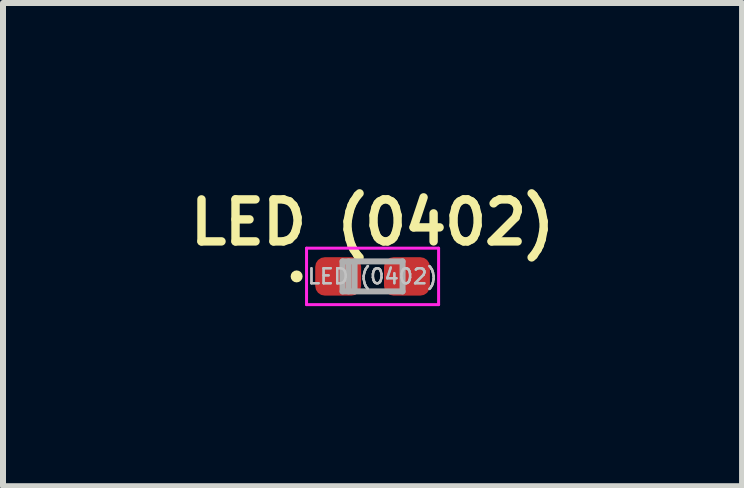
<source format=kicad_pcb>
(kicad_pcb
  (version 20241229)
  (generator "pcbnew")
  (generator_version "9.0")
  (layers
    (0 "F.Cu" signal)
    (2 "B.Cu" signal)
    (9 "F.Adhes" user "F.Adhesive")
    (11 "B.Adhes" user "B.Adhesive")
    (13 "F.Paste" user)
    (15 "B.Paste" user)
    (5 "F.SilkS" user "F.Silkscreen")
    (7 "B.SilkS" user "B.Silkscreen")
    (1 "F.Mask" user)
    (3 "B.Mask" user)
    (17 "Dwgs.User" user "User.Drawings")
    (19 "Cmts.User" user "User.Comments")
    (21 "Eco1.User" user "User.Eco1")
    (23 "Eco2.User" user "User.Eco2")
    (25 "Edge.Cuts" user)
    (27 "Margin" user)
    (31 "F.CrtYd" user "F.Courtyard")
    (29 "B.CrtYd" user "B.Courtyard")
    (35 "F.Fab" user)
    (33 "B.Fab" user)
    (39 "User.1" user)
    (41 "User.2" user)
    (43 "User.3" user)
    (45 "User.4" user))
  (footprint "LED (0402)"
    (layer "F.Cu")
    (at 3.157 1.555)
    (property "Reference" "LED (0402)" (at 0 -0.9 0) (layer "F.SilkS") (effects (font (size 0.7 0.7) (thickness 0.14) (bold yes))))
    (property "Value" "LED (0402)" (at 0 1.17 0) (layer "F.Fab") (hide yes) (effects (font (size 1 1) (thickness 0.15))))
    (attr smd)
    (fp_circle (center -1.265 0) (end -1.215 0) (stroke (width 0.1) (type solid)) (fill no) (layer "F.SilkS"))
    (fp_line (start -1.1 -0.47) (end 1.1 -0.47) (stroke (width 0.05) (type solid)) (layer "F.CrtYd"))
    (fp_line (start -1.1 0.47) (end -1.1 -0.47) (stroke (width 0.05) (type solid)) (layer "F.CrtYd"))
    (fp_line (start 1.1 -0.47) (end 1.1 0.47) (stroke (width 0.05) (type solid)) (layer "F.CrtYd"))
    (fp_line (start 1.1 0.47) (end -1.1 0.47) (stroke (width 0.05) (type solid)) (layer "F.CrtYd"))
    (fp_line (start -0.5 -0.25) (end 0.5 -0.25) (stroke (width 0.1) (type solid)) (layer "F.Fab"))
    (fp_line (start -0.5 0.25) (end -0.5 -0.25) (stroke (width 0.1) (type solid)) (layer "F.Fab"))
    (fp_line (start -0.4 0.25) (end -0.4 -0.25) (stroke (width 0.1) (type solid)) (layer "F.Fab"))
    (fp_line (start -0.3 0.25) (end -0.3 -0.25) (stroke (width 0.1) (type solid)) (layer "F.Fab"))
    (fp_line (start 0.5 -0.25) (end 0.5 0.25) (stroke (width 0.1) (type solid)) (layer "F.Fab"))
    (fp_line (start 0.5 0.25) (end -0.5 0.25) (stroke (width 0.1) (type solid)) (layer "F.Fab"))
    (fp_text user "${VALUE}" (at 0 0 0) (layer "Dwgs.User") (effects (font (size 0.25 0.25) (thickness 0.04))))
    (fp_text user "${REFERENCE}" (at 0 0 0) (layer "F.Fab") (effects (font (size 0.25 0.25) (thickness 0.04))))
    (pad "1" smd roundrect (at -0.573 0) (size 0.765 0.64) (layers "F.Cu" "F.Mask" "F.Paste") (roundrect_rratio 0.25))
    (pad "2" smd roundrect (at 0.573 0) (size 0.765 0.64) (layers "F.Cu" "F.Mask" "F.Paste") (roundrect_rratio 0.25)))
  (gr_rect
    (start -3 -3)
    (end 9.313 5.05)
    (stroke (width 0.1) (type default))
    (fill no)
    (layer "Edge.Cuts")))
</source>
